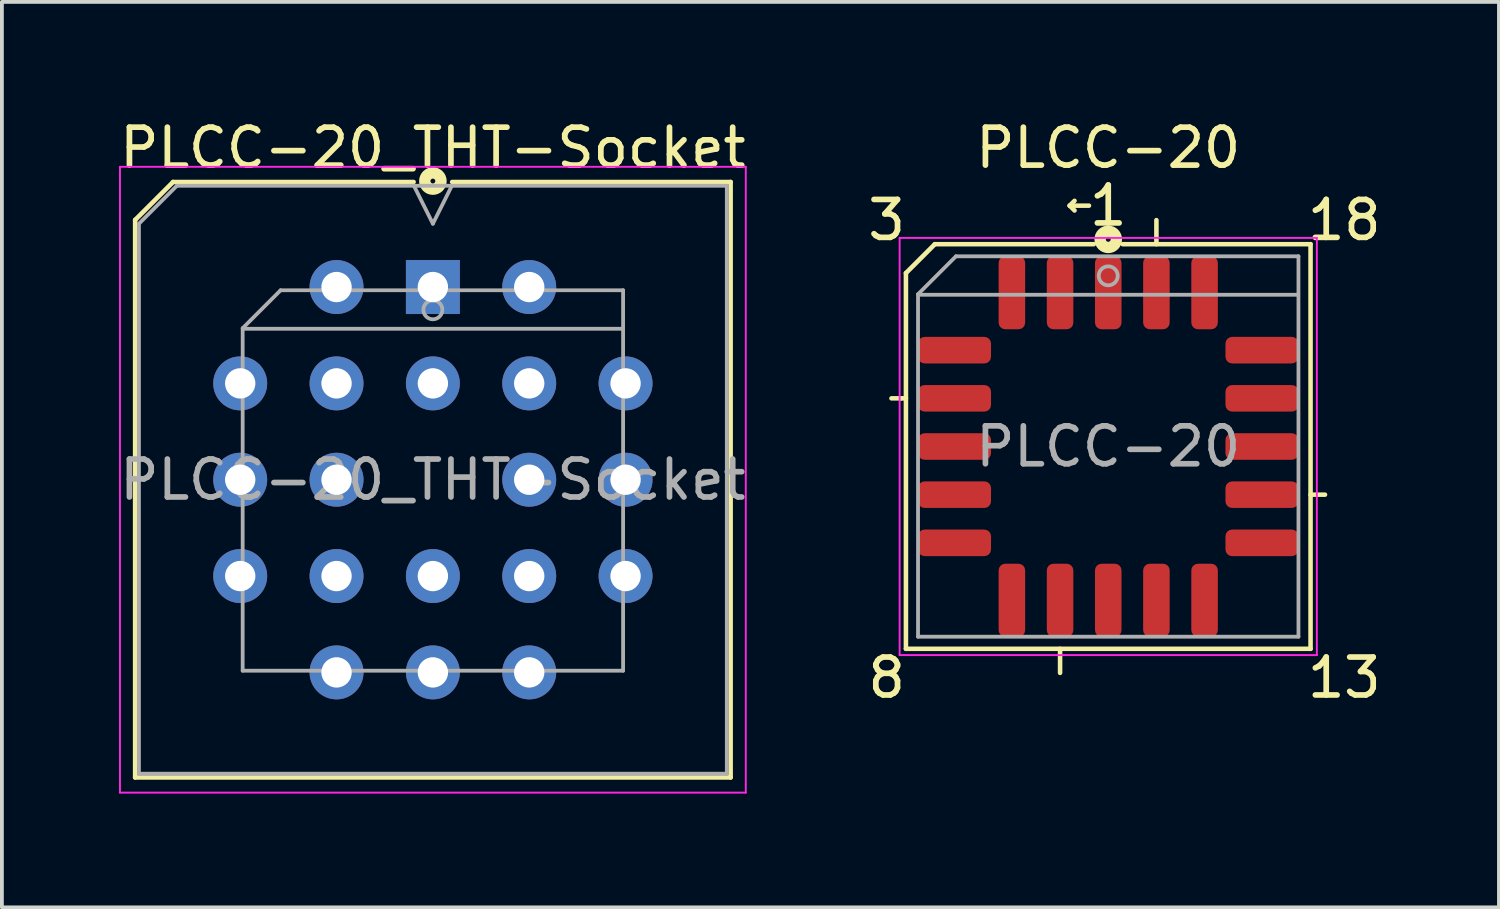
<source format=kicad_pcb>
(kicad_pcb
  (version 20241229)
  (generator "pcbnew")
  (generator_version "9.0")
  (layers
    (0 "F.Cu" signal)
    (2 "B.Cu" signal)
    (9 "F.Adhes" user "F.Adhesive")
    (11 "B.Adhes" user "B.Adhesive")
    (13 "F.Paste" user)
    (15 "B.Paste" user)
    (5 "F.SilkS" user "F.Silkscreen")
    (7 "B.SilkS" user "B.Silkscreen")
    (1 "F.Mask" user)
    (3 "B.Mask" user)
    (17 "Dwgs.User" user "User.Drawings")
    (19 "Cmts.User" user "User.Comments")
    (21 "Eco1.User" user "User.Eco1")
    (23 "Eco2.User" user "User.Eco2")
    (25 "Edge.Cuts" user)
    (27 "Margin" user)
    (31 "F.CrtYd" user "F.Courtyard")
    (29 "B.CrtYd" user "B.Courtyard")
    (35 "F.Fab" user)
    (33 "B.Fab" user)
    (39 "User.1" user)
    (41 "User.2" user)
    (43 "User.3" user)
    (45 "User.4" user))
  (footprint "PLCC-20"
    (layer "F.Cu")
    (at 26.169 8.722)
    (property "Reference" "PLCC-20" (at 0 -7.874 0) (layer "F.SilkS") (effects (font (size 1 1) (thickness 0.15))))
    (attr smd)
    (fp_line (start -5.461 -1.27) (end -5.715 -1.27) (stroke (width 0.12) (type solid)) (layer "F.SilkS"))
    (fp_line (start -5.334 -4.572) (end -5.334 5.334) (stroke (width 0.12) (type solid)) (layer "F.SilkS"))
    (fp_line (start -5.334 -1.27) (end -5.461 -1.27) (stroke (width 0.12) (type solid)) (layer "F.SilkS"))
    (fp_line (start -5.334 5.334) (end 5.334 5.334) (stroke (width 0.12) (type solid)) (layer "F.SilkS"))
    (fp_line (start -4.572 -5.334) (end -5.334 -4.572) (stroke (width 0.12) (type solid)) (layer "F.SilkS"))
    (fp_line (start -1.27 5.334) (end -1.27 5.969) (stroke (width 0.12) (type solid)) (layer "F.SilkS"))
    (fp_line (start -1.016 -6.35) (end -0.889 -6.477) (stroke (width 0.12) (type solid)) (layer "F.SilkS"))
    (fp_line (start -1.016 -6.35) (end -0.889 -6.223) (stroke (width 0.12) (type solid)) (layer "F.SilkS"))
    (fp_line (start -0.508 -6.35) (end -1.016 -6.35) (stroke (width 0.12) (type solid)) (layer "F.SilkS"))
    (fp_line (start -0.381 -5.334) (end -4.572 -5.334) (stroke (width 0.12) (type solid)) (layer "F.SilkS"))
    (fp_line (start 1.27 -5.334) (end 1.27 -5.969) (stroke (width 0.12) (type solid)) (layer "F.SilkS"))
    (fp_line (start 5.334 -5.334) (end 0.381 -5.334) (stroke (width 0.12) (type solid)) (layer "F.SilkS"))
    (fp_line (start 5.334 1.27) (end 5.715 1.27) (stroke (width 0.12) (type solid)) (layer "F.SilkS"))
    (fp_line (start 5.334 5.334) (end 5.334 -5.334) (stroke (width 0.12) (type solid)) (layer "F.SilkS"))
    (fp_circle (center 0 -5.461) (end 0.064 -5.461) (stroke (width 0.3) (type solid)) (fill no) (layer "F.SilkS"))
    (fp_line (start -5.5 -5.5) (end -5.5 5.5) (stroke (width 0.05) (type solid)) (layer "F.CrtYd"))
    (fp_line (start -5.5 5.5) (end 5.5 5.5) (stroke (width 0.05) (type solid)) (layer "F.CrtYd"))
    (fp_line (start 5.5 -5.5) (end -5.5 -5.5) (stroke (width 0.05) (type solid)) (layer "F.CrtYd"))
    (fp_line (start 5.5 5.5) (end 5.5 -5.5) (stroke (width 0.05) (type solid)) (layer "F.CrtYd"))
    (fp_line (start -5.015 -4.015) (end -5.015 5.015) (stroke (width 0.1) (type solid)) (layer "F.Fab"))
    (fp_line (start -5.015 5.015) (end 5.015 5.015) (stroke (width 0.1) (type solid)) (layer "F.Fab"))
    (fp_line (start -4.015 -5.015) (end -5.015 -4.015) (stroke (width 0.1) (type solid)) (layer "F.Fab"))
    (fp_line (start 5 -4) (end -5 -4) (stroke (width 0.1) (type solid)) (layer "F.Fab"))
    (fp_line (start 5.015 -5.015) (end -4.015 -5.015) (stroke (width 0.1) (type solid)) (layer "F.Fab"))
    (fp_line (start 5.015 5.015) (end 5.015 -5.015) (stroke (width 0.1) (type solid)) (layer "F.Fab"))
    (fp_circle (center 0 -4.5) (end 0.25 -4.5) (stroke (width 0.1) (type solid)) (fill no) (layer "F.Fab"))
    (fp_text user "13" (at 6.223 6.096 0) (unlocked yes) (layer "F.SilkS") (effects (font (size 1 1) (thickness 0.15))))
    (fp_text user "1" (at 0 -6.35 0) (unlocked yes) (layer "F.SilkS") (effects (font (size 1 1) (thickness 0.15))))
    (fp_text user "3" (at -5.842 -5.969 0) (unlocked yes) (layer "F.SilkS") (effects (font (size 1 1) (thickness 0.15))))
    (fp_text user "8" (at -5.842 6.096 0) (unlocked yes) (layer "F.SilkS") (effects (font (size 1 1) (thickness 0.15))))
    (fp_text user "18" (at 6.223 -5.969 0) (unlocked yes) (layer "F.SilkS") (effects (font (size 1 1) (thickness 0.15))))
    (fp_text user "${REFERENCE}" (at 0 0 0) (layer "F.Fab") (effects (font (size 1 1) (thickness 0.15))))
    (pad "1" smd roundrect (at 0 -4.053) (size 0.7 1.925) (layers "F.Cu" "F.Mask" "F.Paste") (roundrect_rratio 0.25))
    (pad "2" smd roundrect (at -1.27 -4.053) (size 0.7 1.925) (layers "F.Cu" "F.Mask" "F.Paste") (roundrect_rratio 0.25))
    (pad "3" smd roundrect (at -2.54 -4.053) (size 0.7 1.925) (layers "F.Cu" "F.Mask" "F.Paste") (roundrect_rratio 0.25))
    (pad "4" smd roundrect (at -4.053 -2.54) (size 1.925 0.7) (layers "F.Cu" "F.Mask" "F.Paste") (roundrect_rratio 0.25))
    (pad "5" smd roundrect (at -4.053 -1.27) (size 1.925 0.7) (layers "F.Cu" "F.Mask" "F.Paste") (roundrect_rratio 0.25))
    (pad "6" smd roundrect (at -4.053 0) (size 1.925 0.7) (layers "F.Cu" "F.Mask" "F.Paste") (roundrect_rratio 0.25))
    (pad "7" smd roundrect (at -4.053 1.27) (size 1.925 0.7) (layers "F.Cu" "F.Mask" "F.Paste") (roundrect_rratio 0.25))
    (pad "8" smd roundrect (at -4.053 2.54) (size 1.925 0.7) (layers "F.Cu" "F.Mask" "F.Paste") (roundrect_rratio 0.25))
    (pad "9" smd roundrect (at -2.54 4.053) (size 0.7 1.925) (layers "F.Cu" "F.Mask" "F.Paste") (roundrect_rratio 0.25))
    (pad "10" smd roundrect (at -1.27 4.053) (size 0.7 1.925) (layers "F.Cu" "F.Mask" "F.Paste") (roundrect_rratio 0.25))
    (pad "11" smd roundrect (at 0 4.053) (size 0.7 1.925) (layers "F.Cu" "F.Mask" "F.Paste") (roundrect_rratio 0.25))
    (pad "12" smd roundrect (at 1.27 4.053) (size 0.7 1.925) (layers "F.Cu" "F.Mask" "F.Paste") (roundrect_rratio 0.25))
    (pad "13" smd roundrect (at 2.54 4.053) (size 0.7 1.925) (layers "F.Cu" "F.Mask" "F.Paste") (roundrect_rratio 0.25))
    (pad "14" smd roundrect (at 4.053 2.54) (size 1.925 0.7) (layers "F.Cu" "F.Mask" "F.Paste") (roundrect_rratio 0.25))
    (pad "15" smd roundrect (at 4.053 1.27) (size 1.925 0.7) (layers "F.Cu" "F.Mask" "F.Paste") (roundrect_rratio 0.25))
    (pad "16" smd roundrect (at 4.053 0) (size 1.925 0.7) (layers "F.Cu" "F.Mask" "F.Paste") (roundrect_rratio 0.25))
    (pad "17" smd roundrect (at 4.053 -1.27) (size 1.925 0.7) (layers "F.Cu" "F.Mask" "F.Paste") (roundrect_rratio 0.25))
    (pad "18" smd roundrect (at 4.053 -2.54) (size 1.925 0.7) (layers "F.Cu" "F.Mask" "F.Paste") (roundrect_rratio 0.25))
    (pad "19" smd roundrect (at 2.54 -4.053) (size 0.7 1.925) (layers "F.Cu" "F.Mask" "F.Paste") (roundrect_rratio 0.25))
    (pad "20" smd roundrect (at 1.27 -4.053) (size 0.7 1.925) (layers "F.Cu" "F.Mask" "F.Paste") (roundrect_rratio 0.25)))
  (footprint "PLCC-20_THT-Socket"
    (layer "F.Cu")
    (at 8.363 4.518)
    (property "Reference" "PLCC-20_THT-Socket" (at 0 -3.67 0) (layer "F.SilkS") (effects (font (size 1 1) (thickness 0.15))))
    (attr through_hole)
    (fp_line (start -7.85 -1.77) (end -7.85 12.93) (stroke (width 0.12) (type solid)) (layer "F.SilkS"))
    (fp_line (start -7.85 12.93) (end 7.85 12.93) (stroke (width 0.12) (type solid)) (layer "F.SilkS"))
    (fp_line (start -6.85 -2.77) (end -7.85 -1.77) (stroke (width 0.12) (type solid)) (layer "F.SilkS"))
    (fp_line (start -0.508 -2.77) (end -6.85 -2.77) (stroke (width 0.12) (type solid)) (layer "F.SilkS"))
    (fp_line (start 7.85 -2.77) (end 0.508 -2.77) (stroke (width 0.12) (type solid)) (layer "F.SilkS"))
    (fp_line (start 7.85 12.93) (end 7.85 -2.77) (stroke (width 0.12) (type solid)) (layer "F.SilkS"))
    (fp_circle (center 0 -2.794) (end 0.064 -2.794) (stroke (width 0.3) (type solid)) (fill no) (layer "F.SilkS"))
    (fp_line (start -8.25 -3.17) (end -8.25 13.33) (stroke (width 0.05) (type solid)) (layer "F.CrtYd"))
    (fp_line (start -8.25 13.33) (end 8.25 13.33) (stroke (width 0.05) (type solid)) (layer "F.CrtYd"))
    (fp_line (start 8.25 -3.17) (end -8.25 -3.17) (stroke (width 0.05) (type solid)) (layer "F.CrtYd"))
    (fp_line (start 8.25 13.33) (end 8.25 -3.17) (stroke (width 0.05) (type solid)) (layer "F.CrtYd"))
    (fp_line (start -7.75 -1.67) (end -7.75 12.83) (stroke (width 0.1) (type solid)) (layer "F.Fab"))
    (fp_line (start -7.75 12.83) (end 7.75 12.83) (stroke (width 0.1) (type solid)) (layer "F.Fab"))
    (fp_line (start -6.75 -2.67) (end -7.75 -1.67) (stroke (width 0.1) (type solid)) (layer "F.Fab"))
    (fp_line (start -5.015 1.085) (end -5.015 10.115) (stroke (width 0.1) (type solid)) (layer "F.Fab"))
    (fp_line (start -5.015 10.115) (end 5.015 10.115) (stroke (width 0.1) (type solid)) (layer "F.Fab"))
    (fp_line (start -4.015 0.085) (end -5.015 1.085) (stroke (width 0.1) (type solid)) (layer "F.Fab"))
    (fp_line (start -0.5 -2.67) (end 0 -1.67) (stroke (width 0.1) (type solid)) (layer "F.Fab"))
    (fp_line (start 0 -1.67) (end 0.5 -2.67) (stroke (width 0.1) (type solid)) (layer "F.Fab"))
    (fp_line (start 5 1.1) (end -5 1.1) (stroke (width 0.1) (type solid)) (layer "F.Fab"))
    (fp_line (start 5.015 0.085) (end -4.015 0.085) (stroke (width 0.1) (type solid)) (layer "F.Fab"))
    (fp_line (start 5.015 10.115) (end 5.015 0.085) (stroke (width 0.1) (type solid)) (layer "F.Fab"))
    (fp_line (start 7.75 -2.67) (end -6.75 -2.67) (stroke (width 0.1) (type solid)) (layer "F.Fab"))
    (fp_line (start 7.75 12.83) (end 7.75 -2.67) (stroke (width 0.1) (type solid)) (layer "F.Fab"))
    (fp_circle (center 0 0.6) (end 0.25 0.6) (stroke (width 0.1) (type solid)) (fill no) (layer "F.Fab"))
    (fp_text user "${REFERENCE}" (at 0 5.08 0) (layer "F.Fab") (effects (font (size 1 1) (thickness 0.15))))
    (pad "1" thru_hole rect (at 0 0) (size 1.422 1.422) (drill 0.8) (layers "*.Cu" "*.Mask"))
    (pad "2" thru_hole circle (at 0 2.54) (size 1.422 1.422) (drill 0.8) (layers "*.Cu" "*.Mask"))
    (pad "3" thru_hole circle (at -2.54 0) (size 1.422 1.422) (drill 0.8) (layers "*.Cu" "*.Mask"))
    (pad "4" thru_hole circle (at -5.08 2.54) (size 1.422 1.422) (drill 0.8) (layers "*.Cu" "*.Mask"))
    (pad "5" thru_hole circle (at -2.54 2.54) (size 1.422 1.422) (drill 0.8) (layers "*.Cu" "*.Mask"))
    (pad "6" thru_hole circle (at -5.08 5.08) (size 1.422 1.422) (drill 0.8) (layers "*.Cu" "*.Mask"))
    (pad "7" thru_hole circle (at -2.54 5.08) (size 1.422 1.422) (drill 0.8) (layers "*.Cu" "*.Mask"))
    (pad "8" thru_hole circle (at -5.08 7.62) (size 1.422 1.422) (drill 0.8) (layers "*.Cu" "*.Mask"))
    (pad "9" thru_hole circle (at -2.54 10.16) (size 1.422 1.422) (drill 0.8) (layers "*.Cu" "*.Mask"))
    (pad "10" thru_hole circle (at -2.54 7.62) (size 1.422 1.422) (drill 0.8) (layers "*.Cu" "*.Mask"))
    (pad "11" thru_hole circle (at 0 10.16) (size 1.422 1.422) (drill 0.8) (layers "*.Cu" "*.Mask"))
    (pad "12" thru_hole circle (at 0 7.62) (size 1.422 1.422) (drill 0.8) (layers "*.Cu" "*.Mask"))
    (pad "13" thru_hole circle (at 2.54 10.16) (size 1.422 1.422) (drill 0.8) (layers "*.Cu" "*.Mask"))
    (pad "14" thru_hole circle (at 5.08 7.62) (size 1.422 1.422) (drill 0.8) (layers "*.Cu" "*.Mask"))
    (pad "15" thru_hole circle (at 2.54 7.62) (size 1.422 1.422) (drill 0.8) (layers "*.Cu" "*.Mask"))
    (pad "16" thru_hole circle (at 5.08 5.08) (size 1.422 1.422) (drill 0.8) (layers "*.Cu" "*.Mask"))
    (pad "17" thru_hole circle (at 2.54 5.08) (size 1.422 1.422) (drill 0.8) (layers "*.Cu" "*.Mask"))
    (pad "18" thru_hole circle (at 5.08 2.54) (size 1.422 1.422) (drill 0.8) (layers "*.Cu" "*.Mask"))
    (pad "19" thru_hole circle (at 2.54 0) (size 1.422 1.422) (drill 0.8) (layers "*.Cu" "*.Mask"))
    (pad "20" thru_hole circle (at 2.54 2.54) (size 1.422 1.422) (drill 0.8) (layers "*.Cu" "*.Mask")))
  (gr_rect
    (start -3 -3)
    (end 36.47 20.873)
    (stroke (width 0.1) (type default))
    (fill no)
    (layer "Edge.Cuts")))
</source>
